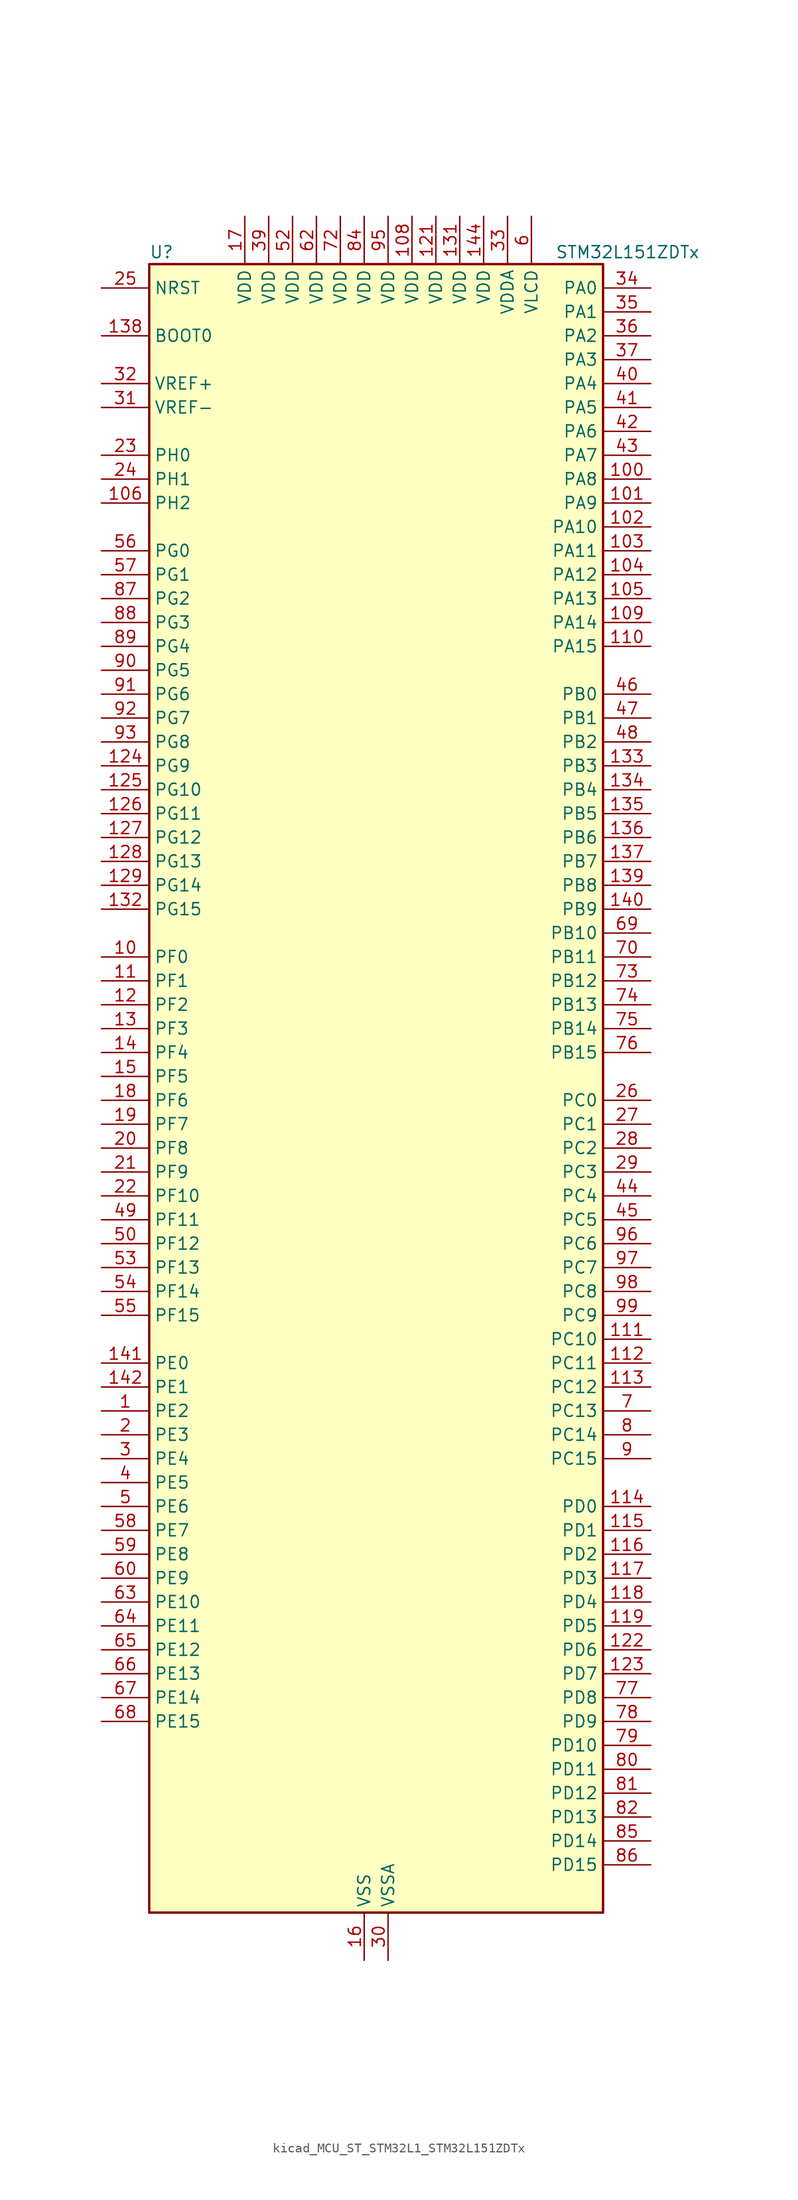
<source format=kicad_sym>
(kicad_symbol_lib
  (version 20220914)
  (generator kicad_symbol_editor)
  (symbol "kicad_MCU_ST_STM32L1_STM32L151ZDTx"
    (property "Reference" "U"
      (at -22.86 90.17 0)
      (effects (font (size 1.27 1.27)) (justify left)))
    (property "Value" "STM32L151ZDTx"
      (at 20.32 90.17 0)
      (effects (font (size 1.27 1.27)) (justify left)))
    (property "ki_locked" ""
      (at 0 0 0)
      (effects (font (size 1.27 1.27))))
    (symbol "kicad_MCU_ST_STM32L1_STM32L151ZDTx_0_1"
      (rectangle (start -22.86 -86.36) (end 25.4 88.9) (stroke (width 0.254) (type default)) (fill (type background))))
    (symbol "kicad_MCU_ST_STM32L1_STM32L151ZDTx_1_1"
      (pin bidirectional line (at -27.94 -33.02 0) (length 5.08) (name "PE2" (effects (font (size 1.27 1.27)))) (number "1" (effects (font (size 1.27 1.27)))) (alternate "FSMC_A23" bidirectional line) (alternate "SYS_TRACECK" bidirectional line) (alternate "TIM3_ETR" bidirectional line) (alternate "TIMX_IC3" bidirectional line))
      (pin bidirectional line (at -27.94 15.24 0) (length 5.08) (name "PF0" (effects (font (size 1.27 1.27)))) (number "10" (effects (font (size 1.27 1.27)))) (alternate "FSMC_A0" bidirectional line))
      (pin bidirectional line (at 30.48 66.04 180) (length 5.08) (name "PA8" (effects (font (size 1.27 1.27)))) (number "100" (effects (font (size 1.27 1.27)))) (alternate "RCC_MCO" bidirectional line) (alternate "TIMX_IC1" bidirectional line) (alternate "TS_G4_IO1" bidirectional line) (alternate "USART1_CK" bidirectional line))
      (pin bidirectional line (at 30.48 63.5 180) (length 5.08) (name "PA9" (effects (font (size 1.27 1.27)))) (number "101" (effects (font (size 1.27 1.27)))) (alternate "DAC_EXTI9" bidirectional line) (alternate "TIMX_IC2" bidirectional line) (alternate "TS_G4_IO2" bidirectional line) (alternate "USART1_TX" bidirectional line))
      (pin bidirectional line (at 30.48 60.96 180) (length 5.08) (name "PA10" (effects (font (size 1.27 1.27)))) (number "102" (effects (font (size 1.27 1.27)))) (alternate "TIMX_IC3" bidirectional line) (alternate "TS_G4_IO3" bidirectional line) (alternate "USART1_RX" bidirectional line))
      (pin bidirectional line (at 30.48 58.42 180) (length 5.08) (name "PA11" (effects (font (size 1.27 1.27)))) (number "103" (effects (font (size 1.27 1.27)))) (alternate "ADC_EXTI11" bidirectional line) (alternate "SPI1_MISO" bidirectional line) (alternate "TIMX_IC4" bidirectional line) (alternate "USART1_CTS" bidirectional line) (alternate "USB_DM" bidirectional line))
      (pin bidirectional line (at 30.48 55.88 180) (length 5.08) (name "PA12" (effects (font (size 1.27 1.27)))) (number "104" (effects (font (size 1.27 1.27)))) (alternate "SPI1_MOSI" bidirectional line) (alternate "TIMX_IC1" bidirectional line) (alternate "USART1_RTS" bidirectional line) (alternate "USB_DP" bidirectional line))
      (pin bidirectional line (at 30.48 53.34 180) (length 5.08) (name "PA13" (effects (font (size 1.27 1.27)))) (number "105" (effects (font (size 1.27 1.27)))) (alternate "SYS_JTMS-SWDIO" bidirectional line) (alternate "TIMX_IC2" bidirectional line) (alternate "TS_G5_IO1" bidirectional line))
      (pin bidirectional line (at -27.94 63.5 0) (length 5.08) (name "PH2" (effects (font (size 1.27 1.27)))) (number "106" (effects (font (size 1.27 1.27)))) (alternate "FSMC_A22" bidirectional line))
      (pin passive line (at 0 -91.44 90) (length 5.08) hide (name "VSS" (effects (font (size 1.27 1.27)))) (number "107" (effects (font (size 1.27 1.27)))))
      (pin power_in line (at 5.08 93.98 270) (length 5.08) (name "VDD" (effects (font (size 1.27 1.27)))) (number "108" (effects (font (size 1.27 1.27)))))
      (pin bidirectional line (at 30.48 50.8 180) (length 5.08) (name "PA14" (effects (font (size 1.27 1.27)))) (number "109" (effects (font (size 1.27 1.27)))) (alternate "SYS_JTCK-SWCLK" bidirectional line) (alternate "TIMX_IC3" bidirectional line) (alternate "TS_G5_IO2" bidirectional line))
      (pin bidirectional line (at -27.94 12.7 0) (length 5.08) (name "PF1" (effects (font (size 1.27 1.27)))) (number "11" (effects (font (size 1.27 1.27)))) (alternate "FSMC_A1" bidirectional line))
      (pin bidirectional line (at 30.48 48.26 180) (length 5.08) (name "PA15" (effects (font (size 1.27 1.27)))) (number "110" (effects (font (size 1.27 1.27)))) (alternate "ADC_EXTI15" bidirectional line) (alternate "I2S3_WS" bidirectional line) (alternate "SPI1_NSS" bidirectional line) (alternate "SPI3_NSS" bidirectional line) (alternate "SYS_JTDI" bidirectional line) (alternate "TIM2_CH1" bidirectional line) (alternate "TIM2_ETR" bidirectional line) (alternate "TIMX_IC4" bidirectional line) (alternate "TS_G5_IO3" bidirectional line))
      (pin bidirectional line (at 30.48 -25.4 180) (length 5.08) (name "PC10" (effects (font (size 1.27 1.27)))) (number "111" (effects (font (size 1.27 1.27)))) (alternate "I2S3_CK" bidirectional line) (alternate "SDIO_D2" bidirectional line) (alternate "SPI3_SCK" bidirectional line) (alternate "TIMX_IC3" bidirectional line) (alternate "UART4_TX" bidirectional line) (alternate "USART3_TX" bidirectional line))
      (pin bidirectional line (at 30.48 -27.94 180) (length 5.08) (name "PC11" (effects (font (size 1.27 1.27)))) (number "112" (effects (font (size 1.27 1.27)))) (alternate "ADC_EXTI11" bidirectional line) (alternate "SDIO_D3" bidirectional line) (alternate "SPI3_MISO" bidirectional line) (alternate "TIMX_IC4" bidirectional line) (alternate "UART4_RX" bidirectional line) (alternate "USART3_RX" bidirectional line))
      (pin bidirectional line (at 30.48 -30.48 180) (length 5.08) (name "PC12" (effects (font (size 1.27 1.27)))) (number "113" (effects (font (size 1.27 1.27)))) (alternate "I2S3_SD" bidirectional line) (alternate "SDIO_CK" bidirectional line) (alternate "SPI3_MOSI" bidirectional line) (alternate "TIMX_IC1" bidirectional line) (alternate "UART5_TX" bidirectional line) (alternate "USART3_CK" bidirectional line))
      (pin bidirectional line (at 30.48 -43.18 180) (length 5.08) (name "PD0" (effects (font (size 1.27 1.27)))) (number "114" (effects (font (size 1.27 1.27)))) (alternate "FSMC_D2" bidirectional line) (alternate "FSMC_DA2" bidirectional line) (alternate "I2S2_WS" bidirectional line) (alternate "SPI2_NSS" bidirectional line) (alternate "TIM9_CH1" bidirectional line) (alternate "TIMX_IC1" bidirectional line))
      (pin bidirectional line (at 30.48 -45.72 180) (length 5.08) (name "PD1" (effects (font (size 1.27 1.27)))) (number "115" (effects (font (size 1.27 1.27)))) (alternate "FSMC_D3" bidirectional line) (alternate "FSMC_DA3" bidirectional line) (alternate "I2S2_CK" bidirectional line) (alternate "SPI2_SCK" bidirectional line) (alternate "TIMX_IC2" bidirectional line))
      (pin bidirectional line (at 30.48 -48.26 180) (length 5.08) (name "PD2" (effects (font (size 1.27 1.27)))) (number "116" (effects (font (size 1.27 1.27)))) (alternate "SDIO_CMD" bidirectional line) (alternate "TIM3_ETR" bidirectional line) (alternate "TIMX_IC3" bidirectional line) (alternate "UART5_RX" bidirectional line))
      (pin bidirectional line (at 30.48 -50.8 180) (length 5.08) (name "PD3" (effects (font (size 1.27 1.27)))) (number "117" (effects (font (size 1.27 1.27)))) (alternate "FSMC_CLK" bidirectional line) (alternate "SPI2_MISO" bidirectional line) (alternate "TIMX_IC4" bidirectional line) (alternate "USART2_CTS" bidirectional line))
      (pin bidirectional line (at 30.48 -53.34 180) (length 5.08) (name "PD4" (effects (font (size 1.27 1.27)))) (number "118" (effects (font (size 1.27 1.27)))) (alternate "FSMC_NOE" bidirectional line) (alternate "I2S2_SD" bidirectional line) (alternate "SPI2_MOSI" bidirectional line) (alternate "TIMX_IC1" bidirectional line) (alternate "USART2_RTS" bidirectional line))
      (pin bidirectional line (at 30.48 -55.88 180) (length 5.08) (name "PD5" (effects (font (size 1.27 1.27)))) (number "119" (effects (font (size 1.27 1.27)))) (alternate "FSMC_NWE" bidirectional line) (alternate "TIMX_IC2" bidirectional line) (alternate "USART2_TX" bidirectional line))
      (pin bidirectional line (at -27.94 10.16 0) (length 5.08) (name "PF2" (effects (font (size 1.27 1.27)))) (number "12" (effects (font (size 1.27 1.27)))) (alternate "FSMC_A2" bidirectional line))
      (pin passive line (at 0 -91.44 90) (length 5.08) hide (name "VSS" (effects (font (size 1.27 1.27)))) (number "120" (effects (font (size 1.27 1.27)))))
      (pin power_in line (at 7.62 93.98 270) (length 5.08) (name "VDD" (effects (font (size 1.27 1.27)))) (number "121" (effects (font (size 1.27 1.27)))))
      (pin bidirectional line (at 30.48 -58.42 180) (length 5.08) (name "PD6" (effects (font (size 1.27 1.27)))) (number "122" (effects (font (size 1.27 1.27)))) (alternate "FSMC_NWAIT" bidirectional line) (alternate "TIMX_IC3" bidirectional line) (alternate "USART2_RX" bidirectional line))
      (pin bidirectional line (at 30.48 -60.96 180) (length 5.08) (name "PD7" (effects (font (size 1.27 1.27)))) (number "123" (effects (font (size 1.27 1.27)))) (alternate "FSMC_NE1" bidirectional line) (alternate "TIM9_CH2" bidirectional line) (alternate "TIMX_IC4" bidirectional line) (alternate "USART2_CK" bidirectional line))
      (pin bidirectional line (at -27.94 35.56 0) (length 5.08) (name "PG9" (effects (font (size 1.27 1.27)))) (number "124" (effects (font (size 1.27 1.27)))) (alternate "DAC_EXTI9" bidirectional line) (alternate "FSMC_NE2" bidirectional line))
      (pin bidirectional line (at -27.94 33.02 0) (length 5.08) (name "PG10" (effects (font (size 1.27 1.27)))) (number "125" (effects (font (size 1.27 1.27)))) (alternate "FSMC_NE3" bidirectional line))
      (pin bidirectional line (at -27.94 30.48 0) (length 5.08) (name "PG11" (effects (font (size 1.27 1.27)))) (number "126" (effects (font (size 1.27 1.27)))) (alternate "ADC_EXTI11" bidirectional line))
      (pin bidirectional line (at -27.94 27.94 0) (length 5.08) (name "PG12" (effects (font (size 1.27 1.27)))) (number "127" (effects (font (size 1.27 1.27)))) (alternate "FSMC_NE4" bidirectional line))
      (pin bidirectional line (at -27.94 25.4 0) (length 5.08) (name "PG13" (effects (font (size 1.27 1.27)))) (number "128" (effects (font (size 1.27 1.27)))) (alternate "FSMC_A24" bidirectional line))
      (pin bidirectional line (at -27.94 22.86 0) (length 5.08) (name "PG14" (effects (font (size 1.27 1.27)))) (number "129" (effects (font (size 1.27 1.27)))) (alternate "FSMC_A25" bidirectional line))
      (pin bidirectional line (at -27.94 7.62 0) (length 5.08) (name "PF3" (effects (font (size 1.27 1.27)))) (number "13" (effects (font (size 1.27 1.27)))) (alternate "FSMC_A3" bidirectional line))
      (pin passive line (at 0 -91.44 90) (length 5.08) hide (name "VSS" (effects (font (size 1.27 1.27)))) (number "130" (effects (font (size 1.27 1.27)))))
      (pin power_in line (at 10.16 93.98 270) (length 5.08) (name "VDD" (effects (font (size 1.27 1.27)))) (number "131" (effects (font (size 1.27 1.27)))))
      (pin bidirectional line (at -27.94 20.32 0) (length 5.08) (name "PG15" (effects (font (size 1.27 1.27)))) (number "132" (effects (font (size 1.27 1.27)))) (alternate "ADC_EXTI15" bidirectional line))
      (pin bidirectional line (at 30.48 35.56 180) (length 5.08) (name "PB3" (effects (font (size 1.27 1.27)))) (number "133" (effects (font (size 1.27 1.27)))) (alternate "COMP2_INM" bidirectional line) (alternate "I2S3_CK" bidirectional line) (alternate "SPI1_SCK" bidirectional line) (alternate "SPI3_SCK" bidirectional line) (alternate "SYS_JTDO-TRACESWO" bidirectional line) (alternate "TIM2_CH2" bidirectional line))
      (pin bidirectional line (at 30.48 33.02 180) (length 5.08) (name "PB4" (effects (font (size 1.27 1.27)))) (number "134" (effects (font (size 1.27 1.27)))) (alternate "COMP2_INP" bidirectional line) (alternate "SPI1_MISO" bidirectional line) (alternate "SPI3_MISO" bidirectional line) (alternate "SYS_JTRST" bidirectional line) (alternate "TIM3_CH1" bidirectional line) (alternate "TS_G6_IO1" bidirectional line))
      (pin bidirectional line (at 30.48 30.48 180) (length 5.08) (name "PB5" (effects (font (size 1.27 1.27)))) (number "135" (effects (font (size 1.27 1.27)))) (alternate "COMP2_INP" bidirectional line) (alternate "I2C1_SMBA" bidirectional line) (alternate "I2S3_SD" bidirectional line) (alternate "SPI1_MOSI" bidirectional line) (alternate "SPI3_MOSI" bidirectional line) (alternate "TIM3_CH2" bidirectional line) (alternate "TS_G6_IO2" bidirectional line))
      (pin bidirectional line (at 30.48 27.94 180) (length 5.08) (name "PB6" (effects (font (size 1.27 1.27)))) (number "136" (effects (font (size 1.27 1.27)))) (alternate "COMP2_INP" bidirectional line) (alternate "I2C1_SCL" bidirectional line) (alternate "TIM4_CH1" bidirectional line) (alternate "TS_G6_IO3" bidirectional line) (alternate "USART1_TX" bidirectional line))
      (pin bidirectional line (at 30.48 25.4 180) (length 5.08) (name "PB7" (effects (font (size 1.27 1.27)))) (number "137" (effects (font (size 1.27 1.27)))) (alternate "COMP2_INP" bidirectional line) (alternate "FSMC_NL" bidirectional line) (alternate "I2C1_SDA" bidirectional line) (alternate "SYS_PVD_IN" bidirectional line) (alternate "TIM4_CH2" bidirectional line) (alternate "TS_G6_IO4" bidirectional line) (alternate "USART1_RX" bidirectional line))
      (pin input line (at -27.94 81.28 0) (length 5.08) (name "BOOT0" (effects (font (size 1.27 1.27)))) (number "138" (effects (font (size 1.27 1.27)))))
      (pin bidirectional line (at 30.48 22.86 180) (length 5.08) (name "PB8" (effects (font (size 1.27 1.27)))) (number "139" (effects (font (size 1.27 1.27)))) (alternate "I2C1_SCL" bidirectional line) (alternate "SDIO_D4" bidirectional line) (alternate "TIM10_CH1" bidirectional line) (alternate "TIM4_CH3" bidirectional line))
      (pin bidirectional line (at -27.94 5.08 0) (length 5.08) (name "PF4" (effects (font (size 1.27 1.27)))) (number "14" (effects (font (size 1.27 1.27)))) (alternate "FSMC_A4" bidirectional line))
      (pin bidirectional line (at 30.48 20.32 180) (length 5.08) (name "PB9" (effects (font (size 1.27 1.27)))) (number "140" (effects (font (size 1.27 1.27)))) (alternate "DAC_EXTI9" bidirectional line) (alternate "I2C1_SDA" bidirectional line) (alternate "SDIO_D5" bidirectional line) (alternate "TIM11_CH1" bidirectional line) (alternate "TIM4_CH4" bidirectional line))
      (pin bidirectional line (at -27.94 -27.94 0) (length 5.08) (name "PE0" (effects (font (size 1.27 1.27)))) (number "141" (effects (font (size 1.27 1.27)))) (alternate "FSMC_NBL0" bidirectional line) (alternate "TIM10_CH1" bidirectional line) (alternate "TIM4_ETR" bidirectional line) (alternate "TIMX_IC1" bidirectional line))
      (pin bidirectional line (at -27.94 -30.48 0) (length 5.08) (name "PE1" (effects (font (size 1.27 1.27)))) (number "142" (effects (font (size 1.27 1.27)))) (alternate "FSMC_NBL1" bidirectional line) (alternate "TIM11_CH1" bidirectional line) (alternate "TIMX_IC2" bidirectional line))
      (pin passive line (at 0 -91.44 90) (length 5.08) hide (name "VSS" (effects (font (size 1.27 1.27)))) (number "143" (effects (font (size 1.27 1.27)))))
      (pin power_in line (at 12.7 93.98 270) (length 5.08) (name "VDD" (effects (font (size 1.27 1.27)))) (number "144" (effects (font (size 1.27 1.27)))))
      (pin bidirectional line (at -27.94 2.54 0) (length 5.08) (name "PF5" (effects (font (size 1.27 1.27)))) (number "15" (effects (font (size 1.27 1.27)))) (alternate "FSMC_A5" bidirectional line))
      (pin power_in line (at 0 -91.44 90) (length 5.08) (name "VSS" (effects (font (size 1.27 1.27)))) (number "16" (effects (font (size 1.27 1.27)))))
      (pin power_in line (at -12.7 93.98 270) (length 5.08) (name "VDD" (effects (font (size 1.27 1.27)))) (number "17" (effects (font (size 1.27 1.27)))))
      (pin bidirectional line (at -27.94 0 0) (length 5.08) (name "PF6" (effects (font (size 1.27 1.27)))) (number "18" (effects (font (size 1.27 1.27)))) (alternate "ADC_IN27" bidirectional line) (alternate "TIM5_CH1" bidirectional line) (alternate "TIM5_ETR" bidirectional line) (alternate "TS_G11_IO1" bidirectional line))
      (pin bidirectional line (at -27.94 -2.54 0) (length 5.08) (name "PF7" (effects (font (size 1.27 1.27)))) (number "19" (effects (font (size 1.27 1.27)))) (alternate "ADC_IN28" bidirectional line) (alternate "COMP1_INP" bidirectional line) (alternate "TIM5_CH2" bidirectional line) (alternate "TS_G11_IO2" bidirectional line))
      (pin bidirectional line (at -27.94 -35.56 0) (length 5.08) (name "PE3" (effects (font (size 1.27 1.27)))) (number "2" (effects (font (size 1.27 1.27)))) (alternate "FSMC_A19" bidirectional line) (alternate "SYS_TRACED0" bidirectional line) (alternate "TIM3_CH1" bidirectional line) (alternate "TIMX_IC4" bidirectional line))
      (pin bidirectional line (at -27.94 -5.08 0) (length 5.08) (name "PF8" (effects (font (size 1.27 1.27)))) (number "20" (effects (font (size 1.27 1.27)))) (alternate "ADC_IN29" bidirectional line) (alternate "COMP1_INP" bidirectional line) (alternate "TIM5_CH3" bidirectional line) (alternate "TS_G11_IO3" bidirectional line))
      (pin bidirectional line (at -27.94 -7.62 0) (length 5.08) (name "PF9" (effects (font (size 1.27 1.27)))) (number "21" (effects (font (size 1.27 1.27)))) (alternate "ADC_IN30" bidirectional line) (alternate "COMP1_INP" bidirectional line) (alternate "DAC_EXTI9" bidirectional line) (alternate "TIM5_CH4" bidirectional line) (alternate "TS_G11_IO4" bidirectional line))
      (pin bidirectional line (at -27.94 -10.16 0) (length 5.08) (name "PF10" (effects (font (size 1.27 1.27)))) (number "22" (effects (font (size 1.27 1.27)))) (alternate "ADC_IN31" bidirectional line) (alternate "COMP1_INP" bidirectional line) (alternate "TS_G11_IO5" bidirectional line))
      (pin bidirectional line (at -27.94 68.58 0) (length 5.08) (name "PH0" (effects (font (size 1.27 1.27)))) (number "23" (effects (font (size 1.27 1.27)))) (alternate "RCC_OSC_IN" bidirectional line))
      (pin bidirectional line (at -27.94 66.04 0) (length 5.08) (name "PH1" (effects (font (size 1.27 1.27)))) (number "24" (effects (font (size 1.27 1.27)))) (alternate "RCC_OSC_OUT" bidirectional line))
      (pin input line (at -27.94 86.36 0) (length 5.08) (name "NRST" (effects (font (size 1.27 1.27)))) (number "25" (effects (font (size 1.27 1.27)))))
      (pin bidirectional line (at 30.48 0 180) (length 5.08) (name "PC0" (effects (font (size 1.27 1.27)))) (number "26" (effects (font (size 1.27 1.27)))) (alternate "ADC_IN10" bidirectional line) (alternate "COMP1_INP" bidirectional line) (alternate "TIMX_IC1" bidirectional line) (alternate "TS_G8_IO1" bidirectional line))
      (pin bidirectional line (at 30.48 -2.54 180) (length 5.08) (name "PC1" (effects (font (size 1.27 1.27)))) (number "27" (effects (font (size 1.27 1.27)))) (alternate "ADC_IN11" bidirectional line) (alternate "COMP1_INP" bidirectional line) (alternate "OPAMP3_VINP" bidirectional line) (alternate "TIMX_IC2" bidirectional line) (alternate "TS_G8_IO2" bidirectional line))
      (pin bidirectional line (at 30.48 -5.08 180) (length 5.08) (name "PC2" (effects (font (size 1.27 1.27)))) (number "28" (effects (font (size 1.27 1.27)))) (alternate "ADC_IN12" bidirectional line) (alternate "COMP1_INP" bidirectional line) (alternate "OPAMP3_VINM" bidirectional line) (alternate "TIMX_IC3" bidirectional line) (alternate "TS_G8_IO3" bidirectional line))
      (pin bidirectional line (at 30.48 -7.62 180) (length 5.08) (name "PC3" (effects (font (size 1.27 1.27)))) (number "29" (effects (font (size 1.27 1.27)))) (alternate "ADC_IN13" bidirectional line) (alternate "COMP1_INP" bidirectional line) (alternate "OPAMP3_VOUT" bidirectional line) (alternate "TIMX_IC4" bidirectional line) (alternate "TS_G8_IO4" bidirectional line))
      (pin bidirectional line (at -27.94 -38.1 0) (length 5.08) (name "PE4" (effects (font (size 1.27 1.27)))) (number "3" (effects (font (size 1.27 1.27)))) (alternate "FSMC_A20" bidirectional line) (alternate "SYS_TRACED1" bidirectional line) (alternate "TIM3_CH2" bidirectional line) (alternate "TIMX_IC1" bidirectional line))
      (pin power_in line (at 2.54 -91.44 90) (length 5.08) (name "VSSA" (effects (font (size 1.27 1.27)))) (number "30" (effects (font (size 1.27 1.27)))))
      (pin input line (at -27.94 73.66 0) (length 5.08) (name "VREF-" (effects (font (size 1.27 1.27)))) (number "31" (effects (font (size 1.27 1.27)))))
      (pin input line (at -27.94 76.2 0) (length 5.08) (name "VREF+" (effects (font (size 1.27 1.27)))) (number "32" (effects (font (size 1.27 1.27)))))
      (pin power_in line (at 15.24 93.98 270) (length 5.08) (name "VDDA" (effects (font (size 1.27 1.27)))) (number "33" (effects (font (size 1.27 1.27)))))
      (pin bidirectional line (at 30.48 86.36 180) (length 5.08) (name "PA0" (effects (font (size 1.27 1.27)))) (number "34" (effects (font (size 1.27 1.27)))) (alternate "ADC_IN0" bidirectional line) (alternate "COMP1_INP" bidirectional line) (alternate "RTC_TAMP2" bidirectional line) (alternate "SYS_WKUP1" bidirectional line) (alternate "TIM2_CH1" bidirectional line) (alternate "TIM2_ETR" bidirectional line) (alternate "TIM5_CH1" bidirectional line) (alternate "TIMX_IC1" bidirectional line) (alternate "TS_G1_IO1" bidirectional line) (alternate "USART2_CTS" bidirectional line))
      (pin bidirectional line (at 30.48 83.82 180) (length 5.08) (name "PA1" (effects (font (size 1.27 1.27)))) (number "35" (effects (font (size 1.27 1.27)))) (alternate "ADC_IN1" bidirectional line) (alternate "COMP1_INP" bidirectional line) (alternate "OPAMP1_VINP" bidirectional line) (alternate "TIM2_CH2" bidirectional line) (alternate "TIM5_CH2" bidirectional line) (alternate "TIMX_IC2" bidirectional line) (alternate "TS_G1_IO2" bidirectional line) (alternate "USART2_RTS" bidirectional line))
      (pin bidirectional line (at 30.48 81.28 180) (length 5.08) (name "PA2" (effects (font (size 1.27 1.27)))) (number "36" (effects (font (size 1.27 1.27)))) (alternate "ADC_IN2" bidirectional line) (alternate "COMP1_INP" bidirectional line) (alternate "OPAMP1_VINM" bidirectional line) (alternate "TIM2_CH3" bidirectional line) (alternate "TIM5_CH3" bidirectional line) (alternate "TIM9_CH1" bidirectional line) (alternate "TIMX_IC3" bidirectional line) (alternate "TS_G1_IO3" bidirectional line) (alternate "USART2_TX" bidirectional line))
      (pin bidirectional line (at 30.48 78.74 180) (length 5.08) (name "PA3" (effects (font (size 1.27 1.27)))) (number "37" (effects (font (size 1.27 1.27)))) (alternate "ADC_IN3" bidirectional line) (alternate "COMP1_INP" bidirectional line) (alternate "OPAMP1_VOUT" bidirectional line) (alternate "TIM2_CH4" bidirectional line) (alternate "TIM5_CH4" bidirectional line) (alternate "TIM9_CH2" bidirectional line) (alternate "TIMX_IC4" bidirectional line) (alternate "TS_G1_IO4" bidirectional line) (alternate "USART2_RX" bidirectional line))
      (pin passive line (at 0 -91.44 90) (length 5.08) hide (name "VSS" (effects (font (size 1.27 1.27)))) (number "38" (effects (font (size 1.27 1.27)))))
      (pin power_in line (at -10.16 93.98 270) (length 5.08) (name "VDD" (effects (font (size 1.27 1.27)))) (number "39" (effects (font (size 1.27 1.27)))))
      (pin bidirectional line (at -27.94 -40.64 0) (length 5.08) (name "PE5" (effects (font (size 1.27 1.27)))) (number "4" (effects (font (size 1.27 1.27)))) (alternate "FSMC_A21" bidirectional line) (alternate "SYS_TRACED2" bidirectional line) (alternate "TIM9_CH1" bidirectional line) (alternate "TIMX_IC2" bidirectional line))
      (pin bidirectional line (at 30.48 76.2 180) (length 5.08) (name "PA4" (effects (font (size 1.27 1.27)))) (number "40" (effects (font (size 1.27 1.27)))) (alternate "ADC_IN4" bidirectional line) (alternate "COMP1_INP" bidirectional line) (alternate "DAC_OUT1" bidirectional line) (alternate "I2S3_WS" bidirectional line) (alternate "SPI1_NSS" bidirectional line) (alternate "SPI3_NSS" bidirectional line) (alternate "TIMX_IC1" bidirectional line) (alternate "USART2_CK" bidirectional line))
      (pin bidirectional line (at 30.48 73.66 180) (length 5.08) (name "PA5" (effects (font (size 1.27 1.27)))) (number "41" (effects (font (size 1.27 1.27)))) (alternate "ADC_IN5" bidirectional line) (alternate "COMP1_INP" bidirectional line) (alternate "DAC_OUT2" bidirectional line) (alternate "SPI1_SCK" bidirectional line) (alternate "TIM2_CH1" bidirectional line) (alternate "TIM2_ETR" bidirectional line) (alternate "TIMX_IC2" bidirectional line))
      (pin bidirectional line (at 30.48 71.12 180) (length 5.08) (name "PA6" (effects (font (size 1.27 1.27)))) (number "42" (effects (font (size 1.27 1.27)))) (alternate "ADC_IN6" bidirectional line) (alternate "COMP1_INP" bidirectional line) (alternate "OPAMP2_VINP" bidirectional line) (alternate "SPI1_MISO" bidirectional line) (alternate "TIM10_CH1" bidirectional line) (alternate "TIM3_CH1" bidirectional line) (alternate "TIMX_IC3" bidirectional line) (alternate "TS_G2_IO1" bidirectional line))
      (pin bidirectional line (at 30.48 68.58 180) (length 5.08) (name "PA7" (effects (font (size 1.27 1.27)))) (number "43" (effects (font (size 1.27 1.27)))) (alternate "ADC_IN7" bidirectional line) (alternate "COMP1_INP" bidirectional line) (alternate "OPAMP2_VINM" bidirectional line) (alternate "SPI1_MOSI" bidirectional line) (alternate "TIM11_CH1" bidirectional line) (alternate "TIM3_CH2" bidirectional line) (alternate "TIMX_IC4" bidirectional line) (alternate "TS_G2_IO2" bidirectional line))
      (pin bidirectional line (at 30.48 -10.16 180) (length 5.08) (name "PC4" (effects (font (size 1.27 1.27)))) (number "44" (effects (font (size 1.27 1.27)))) (alternate "ADC_IN14" bidirectional line) (alternate "COMP1_INP" bidirectional line) (alternate "TIMX_IC1" bidirectional line) (alternate "TS_G9_IO1" bidirectional line))
      (pin bidirectional line (at 30.48 -12.7 180) (length 5.08) (name "PC5" (effects (font (size 1.27 1.27)))) (number "45" (effects (font (size 1.27 1.27)))) (alternate "ADC_IN15" bidirectional line) (alternate "COMP1_INP" bidirectional line) (alternate "TIMX_IC2" bidirectional line) (alternate "TS_G9_IO2" bidirectional line))
      (pin bidirectional line (at 30.48 43.18 180) (length 5.08) (name "PB0" (effects (font (size 1.27 1.27)))) (number "46" (effects (font (size 1.27 1.27)))) (alternate "ADC_IN8" bidirectional line) (alternate "COMP1_INP" bidirectional line) (alternate "OPAMP2_VOUT" bidirectional line) (alternate "SYS_V_REF_OUT" bidirectional line) (alternate "TIM3_CH3" bidirectional line) (alternate "TS_G3_IO1" bidirectional line))
      (pin bidirectional line (at 30.48 40.64 180) (length 5.08) (name "PB1" (effects (font (size 1.27 1.27)))) (number "47" (effects (font (size 1.27 1.27)))) (alternate "ADC_IN9" bidirectional line) (alternate "COMP1_INP" bidirectional line) (alternate "SYS_V_REF_OUT" bidirectional line) (alternate "TIM3_CH4" bidirectional line) (alternate "TS_G3_IO2" bidirectional line))
      (pin bidirectional line (at 30.48 38.1 180) (length 5.08) (name "PB2" (effects (font (size 1.27 1.27)))) (number "48" (effects (font (size 1.27 1.27)))) (alternate "ADC_IN0b" bidirectional line) (alternate "TS_G3_IO3" bidirectional line))
      (pin bidirectional line (at -27.94 -12.7 0) (length 5.08) (name "PF11" (effects (font (size 1.27 1.27)))) (number "49" (effects (font (size 1.27 1.27)))) (alternate "ADC_EXTI11" bidirectional line) (alternate "ADC_IN1b" bidirectional line) (alternate "TS_G3_IO4" bidirectional line))
      (pin bidirectional line (at -27.94 -43.18 0) (length 5.08) (name "PE6" (effects (font (size 1.27 1.27)))) (number "5" (effects (font (size 1.27 1.27)))) (alternate "RTC_TAMP3" bidirectional line) (alternate "SYS_TRACED3" bidirectional line) (alternate "SYS_WKUP3" bidirectional line) (alternate "TIM9_CH2" bidirectional line) (alternate "TIMX_IC3" bidirectional line))
      (pin bidirectional line (at -27.94 -15.24 0) (length 5.08) (name "PF12" (effects (font (size 1.27 1.27)))) (number "50" (effects (font (size 1.27 1.27)))) (alternate "ADC_IN2b" bidirectional line) (alternate "FSMC_A6" bidirectional line) (alternate "TS_G3_IO5" bidirectional line))
      (pin passive line (at 0 -91.44 90) (length 5.08) hide (name "VSS" (effects (font (size 1.27 1.27)))) (number "51" (effects (font (size 1.27 1.27)))))
      (pin power_in line (at -7.62 93.98 270) (length 5.08) (name "VDD" (effects (font (size 1.27 1.27)))) (number "52" (effects (font (size 1.27 1.27)))))
      (pin bidirectional line (at -27.94 -17.78 0) (length 5.08) (name "PF13" (effects (font (size 1.27 1.27)))) (number "53" (effects (font (size 1.27 1.27)))) (alternate "ADC_IN3b" bidirectional line) (alternate "FSMC_A7" bidirectional line) (alternate "TS_G9_IO3" bidirectional line))
      (pin bidirectional line (at -27.94 -20.32 0) (length 5.08) (name "PF14" (effects (font (size 1.27 1.27)))) (number "54" (effects (font (size 1.27 1.27)))) (alternate "ADC_IN6b" bidirectional line) (alternate "FSMC_A8" bidirectional line) (alternate "TS_G9_IO4" bidirectional line))
      (pin bidirectional line (at -27.94 -22.86 0) (length 5.08) (name "PF15" (effects (font (size 1.27 1.27)))) (number "55" (effects (font (size 1.27 1.27)))) (alternate "ADC_EXTI15" bidirectional line) (alternate "ADC_IN7b" bidirectional line) (alternate "FSMC_A9" bidirectional line) (alternate "TS_G2_IO3" bidirectional line))
      (pin bidirectional line (at -27.94 58.42 0) (length 5.08) (name "PG0" (effects (font (size 1.27 1.27)))) (number "56" (effects (font (size 1.27 1.27)))) (alternate "ADC_IN8b" bidirectional line) (alternate "FSMC_A10" bidirectional line) (alternate "TS_G2_IO4" bidirectional line))
      (pin bidirectional line (at -27.94 55.88 0) (length 5.08) (name "PG1" (effects (font (size 1.27 1.27)))) (number "57" (effects (font (size 1.27 1.27)))) (alternate "ADC_IN9b" bidirectional line) (alternate "FSMC_A11" bidirectional line) (alternate "TS_G2_IO5" bidirectional line))
      (pin bidirectional line (at -27.94 -45.72 0) (length 5.08) (name "PE7" (effects (font (size 1.27 1.27)))) (number "58" (effects (font (size 1.27 1.27)))) (alternate "ADC_IN22" bidirectional line) (alternate "COMP1_INP" bidirectional line) (alternate "FSMC_D4" bidirectional line) (alternate "FSMC_DA4" bidirectional line) (alternate "TIMX_IC4" bidirectional line))
      (pin bidirectional line (at -27.94 -48.26 0) (length 5.08) (name "PE8" (effects (font (size 1.27 1.27)))) (number "59" (effects (font (size 1.27 1.27)))) (alternate "ADC_IN23" bidirectional line) (alternate "COMP1_INP" bidirectional line) (alternate "FSMC_D5" bidirectional line) (alternate "FSMC_DA5" bidirectional line) (alternate "TIMX_IC1" bidirectional line))
      (pin power_in line (at 17.78 93.98 270) (length 5.08) (name "VLCD" (effects (font (size 1.27 1.27)))) (number "6" (effects (font (size 1.27 1.27)))))
      (pin bidirectional line (at -27.94 -50.8 0) (length 5.08) (name "PE9" (effects (font (size 1.27 1.27)))) (number "60" (effects (font (size 1.27 1.27)))) (alternate "ADC_IN24" bidirectional line) (alternate "COMP1_INP" bidirectional line) (alternate "DAC_EXTI9" bidirectional line) (alternate "FSMC_D6" bidirectional line) (alternate "FSMC_DA6" bidirectional line) (alternate "TIM2_CH1" bidirectional line) (alternate "TIM2_ETR" bidirectional line) (alternate "TIMX_IC2" bidirectional line))
      (pin passive line (at 0 -91.44 90) (length 5.08) hide (name "VSS" (effects (font (size 1.27 1.27)))) (number "61" (effects (font (size 1.27 1.27)))))
      (pin power_in line (at -5.08 93.98 270) (length 5.08) (name "VDD" (effects (font (size 1.27 1.27)))) (number "62" (effects (font (size 1.27 1.27)))))
      (pin bidirectional line (at -27.94 -53.34 0) (length 5.08) (name "PE10" (effects (font (size 1.27 1.27)))) (number "63" (effects (font (size 1.27 1.27)))) (alternate "ADC_IN25" bidirectional line) (alternate "COMP1_INP" bidirectional line) (alternate "FSMC_D7" bidirectional line) (alternate "FSMC_DA7" bidirectional line) (alternate "TIM2_CH2" bidirectional line) (alternate "TIMX_IC3" bidirectional line))
      (pin bidirectional line (at -27.94 -55.88 0) (length 5.08) (name "PE11" (effects (font (size 1.27 1.27)))) (number "64" (effects (font (size 1.27 1.27)))) (alternate "ADC_EXTI11" bidirectional line) (alternate "FSMC_D8" bidirectional line) (alternate "FSMC_DA8" bidirectional line) (alternate "TIM2_CH3" bidirectional line) (alternate "TIMX_IC4" bidirectional line))
      (pin bidirectional line (at -27.94 -58.42 0) (length 5.08) (name "PE12" (effects (font (size 1.27 1.27)))) (number "65" (effects (font (size 1.27 1.27)))) (alternate "FSMC_D9" bidirectional line) (alternate "FSMC_DA9" bidirectional line) (alternate "SPI1_NSS" bidirectional line) (alternate "TIM2_CH4" bidirectional line) (alternate "TIMX_IC1" bidirectional line))
      (pin bidirectional line (at -27.94 -60.96 0) (length 5.08) (name "PE13" (effects (font (size 1.27 1.27)))) (number "66" (effects (font (size 1.27 1.27)))) (alternate "FSMC_D10" bidirectional line) (alternate "FSMC_DA10" bidirectional line) (alternate "SPI1_SCK" bidirectional line) (alternate "TIMX_IC2" bidirectional line))
      (pin bidirectional line (at -27.94 -63.5 0) (length 5.08) (name "PE14" (effects (font (size 1.27 1.27)))) (number "67" (effects (font (size 1.27 1.27)))) (alternate "FSMC_D11" bidirectional line) (alternate "FSMC_DA11" bidirectional line) (alternate "SPI1_MISO" bidirectional line) (alternate "TIMX_IC3" bidirectional line))
      (pin bidirectional line (at -27.94 -66.04 0) (length 5.08) (name "PE15" (effects (font (size 1.27 1.27)))) (number "68" (effects (font (size 1.27 1.27)))) (alternate "ADC_EXTI15" bidirectional line) (alternate "FSMC_D12" bidirectional line) (alternate "FSMC_DA12" bidirectional line) (alternate "SPI1_MOSI" bidirectional line) (alternate "TIMX_IC4" bidirectional line))
      (pin bidirectional line (at 30.48 17.78 180) (length 5.08) (name "PB10" (effects (font (size 1.27 1.27)))) (number "69" (effects (font (size 1.27 1.27)))) (alternate "I2C2_SCL" bidirectional line) (alternate "TIM2_CH3" bidirectional line) (alternate "USART3_TX" bidirectional line))
      (pin bidirectional line (at 30.48 -33.02 180) (length 5.08) (name "PC13" (effects (font (size 1.27 1.27)))) (number "7" (effects (font (size 1.27 1.27)))) (alternate "RTC_OUT_ALARM" bidirectional line) (alternate "RTC_OUT_CALIB" bidirectional line) (alternate "RTC_TAMP1" bidirectional line) (alternate "RTC_TS" bidirectional line) (alternate "SYS_WKUP2" bidirectional line) (alternate "TIMX_IC2" bidirectional line))
      (pin bidirectional line (at 30.48 15.24 180) (length 5.08) (name "PB11" (effects (font (size 1.27 1.27)))) (number "70" (effects (font (size 1.27 1.27)))) (alternate "ADC_EXTI11" bidirectional line) (alternate "I2C2_SDA" bidirectional line) (alternate "TIM2_CH4" bidirectional line) (alternate "USART3_RX" bidirectional line))
      (pin passive line (at 0 -91.44 90) (length 5.08) hide (name "VSS" (effects (font (size 1.27 1.27)))) (number "71" (effects (font (size 1.27 1.27)))))
      (pin power_in line (at -2.54 93.98 270) (length 5.08) (name "VDD" (effects (font (size 1.27 1.27)))) (number "72" (effects (font (size 1.27 1.27)))))
      (pin bidirectional line (at 30.48 12.7 180) (length 5.08) (name "PB12" (effects (font (size 1.27 1.27)))) (number "73" (effects (font (size 1.27 1.27)))) (alternate "ADC_IN18" bidirectional line) (alternate "COMP1_INP" bidirectional line) (alternate "I2C2_SMBA" bidirectional line) (alternate "I2S2_WS" bidirectional line) (alternate "SPI2_NSS" bidirectional line) (alternate "TIM10_CH1" bidirectional line) (alternate "TS_G7_IO1" bidirectional line) (alternate "USART3_CK" bidirectional line))
      (pin bidirectional line (at 30.48 10.16 180) (length 5.08) (name "PB13" (effects (font (size 1.27 1.27)))) (number "74" (effects (font (size 1.27 1.27)))) (alternate "ADC_IN19" bidirectional line) (alternate "COMP1_INP" bidirectional line) (alternate "I2S2_CK" bidirectional line) (alternate "SPI2_SCK" bidirectional line) (alternate "TIM9_CH1" bidirectional line) (alternate "TS_G7_IO2" bidirectional line) (alternate "USART3_CTS" bidirectional line))
      (pin bidirectional line (at 30.48 7.62 180) (length 5.08) (name "PB14" (effects (font (size 1.27 1.27)))) (number "75" (effects (font (size 1.27 1.27)))) (alternate "ADC_IN20" bidirectional line) (alternate "COMP1_INP" bidirectional line) (alternate "SPI2_MISO" bidirectional line) (alternate "TIM9_CH2" bidirectional line) (alternate "TS_G7_IO3" bidirectional line) (alternate "USART3_RTS" bidirectional line))
      (pin bidirectional line (at 30.48 5.08 180) (length 5.08) (name "PB15" (effects (font (size 1.27 1.27)))) (number "76" (effects (font (size 1.27 1.27)))) (alternate "ADC_EXTI15" bidirectional line) (alternate "ADC_IN21" bidirectional line) (alternate "COMP1_INP" bidirectional line) (alternate "I2S2_SD" bidirectional line) (alternate "RTC_REFIN" bidirectional line) (alternate "SPI2_MOSI" bidirectional line) (alternate "TIM11_CH1" bidirectional line) (alternate "TS_G7_IO4" bidirectional line))
      (pin bidirectional line (at 30.48 -63.5 180) (length 5.08) (name "PD8" (effects (font (size 1.27 1.27)))) (number "77" (effects (font (size 1.27 1.27)))) (alternate "FSMC_D13" bidirectional line) (alternate "FSMC_DA13" bidirectional line) (alternate "TIMX_IC1" bidirectional line) (alternate "USART3_TX" bidirectional line))
      (pin bidirectional line (at 30.48 -66.04 180) (length 5.08) (name "PD9" (effects (font (size 1.27 1.27)))) (number "78" (effects (font (size 1.27 1.27)))) (alternate "DAC_EXTI9" bidirectional line) (alternate "FSMC_D14" bidirectional line) (alternate "FSMC_DA14" bidirectional line) (alternate "TIMX_IC2" bidirectional line) (alternate "USART3_RX" bidirectional line))
      (pin bidirectional line (at 30.48 -68.58 180) (length 5.08) (name "PD10" (effects (font (size 1.27 1.27)))) (number "79" (effects (font (size 1.27 1.27)))) (alternate "FSMC_D15" bidirectional line) (alternate "FSMC_DA15" bidirectional line) (alternate "TIMX_IC3" bidirectional line) (alternate "USART3_CK" bidirectional line))
      (pin bidirectional line (at 30.48 -35.56 180) (length 5.08) (name "PC14" (effects (font (size 1.27 1.27)))) (number "8" (effects (font (size 1.27 1.27)))) (alternate "RCC_OSC32_IN" bidirectional line) (alternate "TIMX_IC3" bidirectional line))
      (pin bidirectional line (at 30.48 -71.12 180) (length 5.08) (name "PD11" (effects (font (size 1.27 1.27)))) (number "80" (effects (font (size 1.27 1.27)))) (alternate "ADC_EXTI11" bidirectional line) (alternate "FSMC_A16" bidirectional line) (alternate "TIMX_IC4" bidirectional line) (alternate "USART3_CTS" bidirectional line))
      (pin bidirectional line (at 30.48 -73.66 180) (length 5.08) (name "PD12" (effects (font (size 1.27 1.27)))) (number "81" (effects (font (size 1.27 1.27)))) (alternate "FSMC_A17" bidirectional line) (alternate "TIM4_CH1" bidirectional line) (alternate "TIMX_IC1" bidirectional line) (alternate "USART3_RTS" bidirectional line))
      (pin bidirectional line (at 30.48 -76.2 180) (length 5.08) (name "PD13" (effects (font (size 1.27 1.27)))) (number "82" (effects (font (size 1.27 1.27)))) (alternate "FSMC_A18" bidirectional line) (alternate "TIM4_CH2" bidirectional line) (alternate "TIMX_IC2" bidirectional line))
      (pin passive line (at 0 -91.44 90) (length 5.08) hide (name "VSS" (effects (font (size 1.27 1.27)))) (number "83" (effects (font (size 1.27 1.27)))))
      (pin power_in line (at 0 93.98 270) (length 5.08) (name "VDD" (effects (font (size 1.27 1.27)))) (number "84" (effects (font (size 1.27 1.27)))))
      (pin bidirectional line (at 30.48 -78.74 180) (length 5.08) (name "PD14" (effects (font (size 1.27 1.27)))) (number "85" (effects (font (size 1.27 1.27)))) (alternate "FSMC_D0" bidirectional line) (alternate "FSMC_DA0" bidirectional line) (alternate "TIM4_CH3" bidirectional line) (alternate "TIMX_IC3" bidirectional line))
      (pin bidirectional line (at 30.48 -81.28 180) (length 5.08) (name "PD15" (effects (font (size 1.27 1.27)))) (number "86" (effects (font (size 1.27 1.27)))) (alternate "ADC_EXTI15" bidirectional line) (alternate "FSMC_D1" bidirectional line) (alternate "FSMC_DA1" bidirectional line) (alternate "TIM4_CH4" bidirectional line) (alternate "TIMX_IC4" bidirectional line))
      (pin bidirectional line (at -27.94 53.34 0) (length 5.08) (name "PG2" (effects (font (size 1.27 1.27)))) (number "87" (effects (font (size 1.27 1.27)))) (alternate "ADC_IN10b" bidirectional line) (alternate "FSMC_A12" bidirectional line) (alternate "TS_G7_IO5" bidirectional line))
      (pin bidirectional line (at -27.94 50.8 0) (length 5.08) (name "PG3" (effects (font (size 1.27 1.27)))) (number "88" (effects (font (size 1.27 1.27)))) (alternate "ADC_IN11b" bidirectional line) (alternate "FSMC_A13" bidirectional line) (alternate "TS_G7_IO6" bidirectional line))
      (pin bidirectional line (at -27.94 48.26 0) (length 5.08) (name "PG4" (effects (font (size 1.27 1.27)))) (number "89" (effects (font (size 1.27 1.27)))) (alternate "ADC_IN12b" bidirectional line) (alternate "FSMC_A14" bidirectional line) (alternate "TS_G7_IO7" bidirectional line))
      (pin bidirectional line (at 30.48 -38.1 180) (length 5.08) (name "PC15" (effects (font (size 1.27 1.27)))) (number "9" (effects (font (size 1.27 1.27)))) (alternate "ADC_EXTI15" bidirectional line) (alternate "RCC_OSC32_OUT" bidirectional line) (alternate "TIMX_IC4" bidirectional line))
      (pin bidirectional line (at -27.94 45.72 0) (length 5.08) (name "PG5" (effects (font (size 1.27 1.27)))) (number "90" (effects (font (size 1.27 1.27)))) (alternate "FSMC_A15" bidirectional line))
      (pin bidirectional line (at -27.94 43.18 0) (length 5.08) (name "PG6" (effects (font (size 1.27 1.27)))) (number "91" (effects (font (size 1.27 1.27)))))
      (pin bidirectional line (at -27.94 40.64 0) (length 5.08) (name "PG7" (effects (font (size 1.27 1.27)))) (number "92" (effects (font (size 1.27 1.27)))))
      (pin bidirectional line (at -27.94 38.1 0) (length 5.08) (name "PG8" (effects (font (size 1.27 1.27)))) (number "93" (effects (font (size 1.27 1.27)))))
      (pin passive line (at 0 -91.44 90) (length 5.08) hide (name "VSS" (effects (font (size 1.27 1.27)))) (number "94" (effects (font (size 1.27 1.27)))))
      (pin power_in line (at 2.54 93.98 270) (length 5.08) (name "VDD" (effects (font (size 1.27 1.27)))) (number "95" (effects (font (size 1.27 1.27)))))
      (pin bidirectional line (at 30.48 -15.24 180) (length 5.08) (name "PC6" (effects (font (size 1.27 1.27)))) (number "96" (effects (font (size 1.27 1.27)))) (alternate "I2S2_MCK" bidirectional line) (alternate "SDIO_D6" bidirectional line) (alternate "TIM3_CH1" bidirectional line) (alternate "TIMX_IC3" bidirectional line) (alternate "TS_G10_IO1" bidirectional line))
      (pin bidirectional line (at 30.48 -17.78 180) (length 5.08) (name "PC7" (effects (font (size 1.27 1.27)))) (number "97" (effects (font (size 1.27 1.27)))) (alternate "I2S3_MCK" bidirectional line) (alternate "SDIO_D7" bidirectional line) (alternate "TIM3_CH2" bidirectional line) (alternate "TIMX_IC4" bidirectional line) (alternate "TS_G10_IO2" bidirectional line))
      (pin bidirectional line (at 30.48 -20.32 180) (length 5.08) (name "PC8" (effects (font (size 1.27 1.27)))) (number "98" (effects (font (size 1.27 1.27)))) (alternate "SDIO_D0" bidirectional line) (alternate "TIM3_CH3" bidirectional line) (alternate "TIMX_IC1" bidirectional line) (alternate "TS_G10_IO3" bidirectional line))
      (pin bidirectional line (at 30.48 -22.86 180) (length 5.08) (name "PC9" (effects (font (size 1.27 1.27)))) (number "99" (effects (font (size 1.27 1.27)))) (alternate "DAC_EXTI9" bidirectional line) (alternate "SDIO_D1" bidirectional line) (alternate "TIM3_CH4" bidirectional line) (alternate "TIMX_IC2" bidirectional line) (alternate "TS_G10_IO4" bidirectional line)))))
</source>
